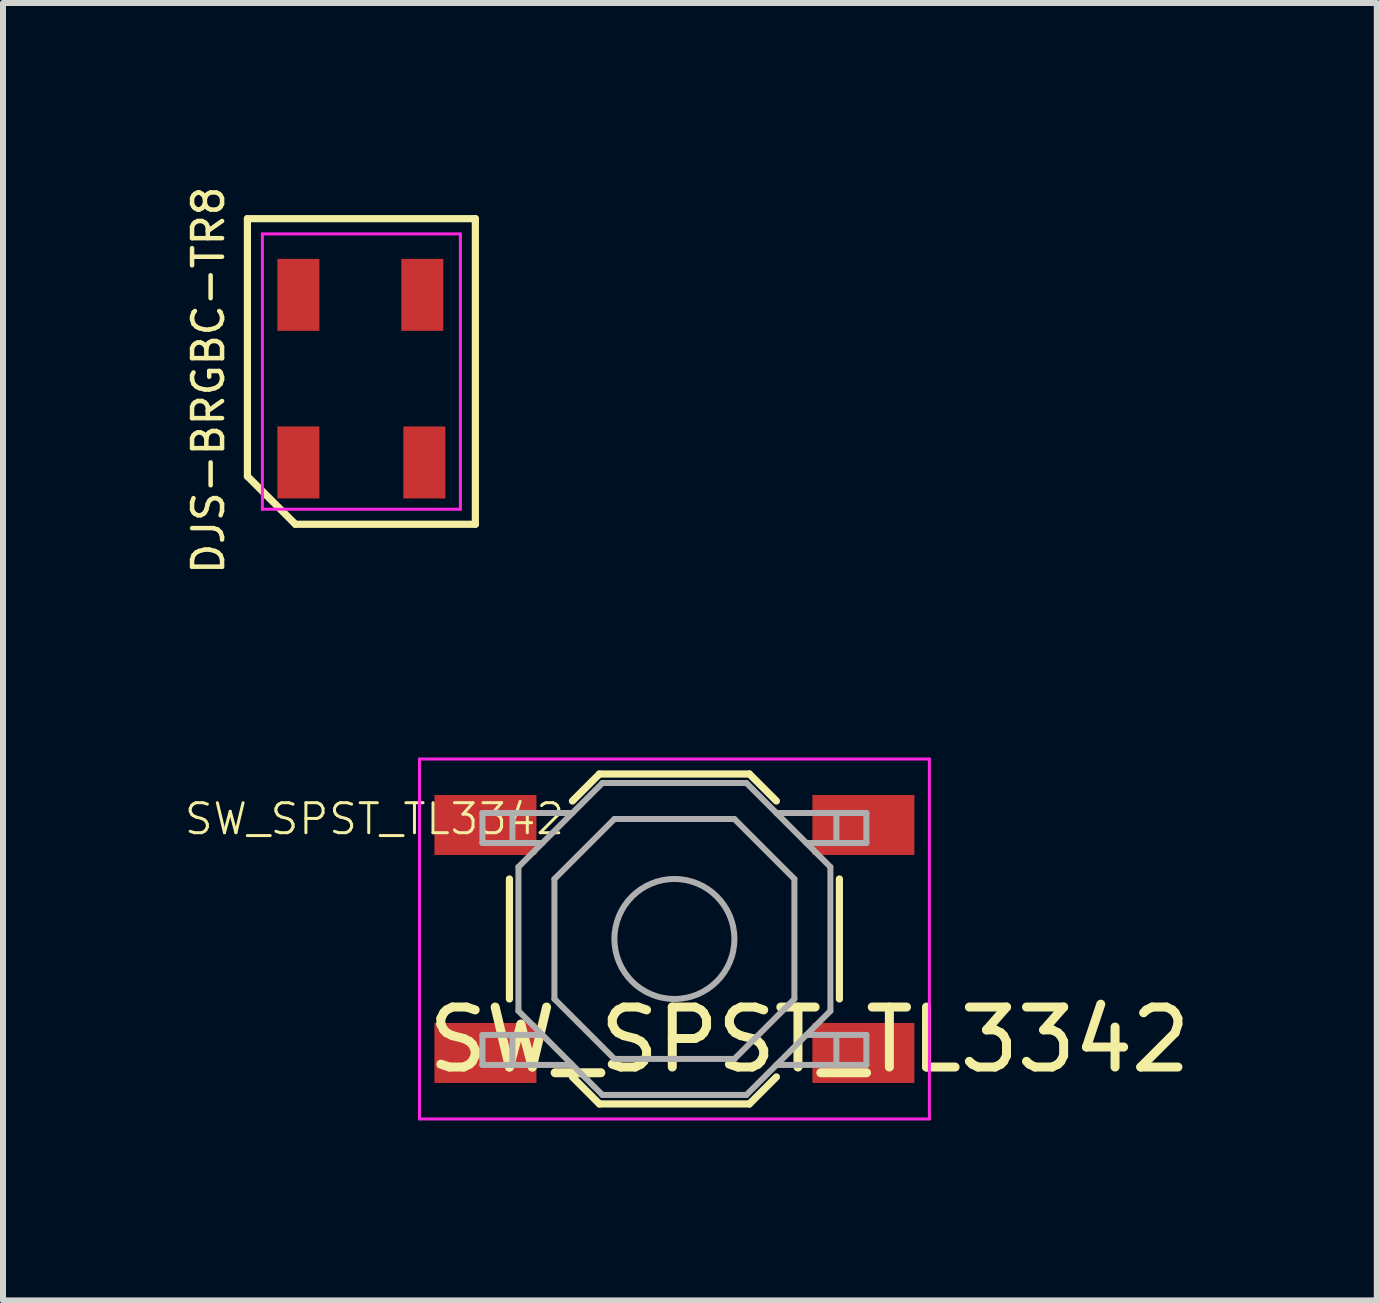
<source format=kicad_pcb>
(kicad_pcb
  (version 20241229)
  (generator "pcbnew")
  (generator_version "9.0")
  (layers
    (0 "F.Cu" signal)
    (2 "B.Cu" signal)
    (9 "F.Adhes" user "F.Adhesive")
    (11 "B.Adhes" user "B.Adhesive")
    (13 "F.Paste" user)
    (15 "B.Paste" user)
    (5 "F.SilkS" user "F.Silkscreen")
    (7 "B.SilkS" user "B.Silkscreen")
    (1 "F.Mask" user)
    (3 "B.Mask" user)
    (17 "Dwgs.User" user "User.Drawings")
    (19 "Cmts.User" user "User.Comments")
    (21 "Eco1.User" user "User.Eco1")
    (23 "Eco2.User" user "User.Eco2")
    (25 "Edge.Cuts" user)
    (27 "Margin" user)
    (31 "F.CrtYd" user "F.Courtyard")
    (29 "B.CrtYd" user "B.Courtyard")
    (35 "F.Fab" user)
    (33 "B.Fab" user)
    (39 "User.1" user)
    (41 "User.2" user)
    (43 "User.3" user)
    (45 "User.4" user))
  (footprint "DJS-BRGBC-TR8"
    (layer "F.Cu")
    (at 2.974 3.389)
    (property "Reference" "DJS-BRGBC-TR8" (at -2.55 -0.1 270) (layer "F.SilkS") (effects (font (size 0.5 0.5) (thickness 0.075))))
    (attr smd)
    (fp_line (start -1.9 -2.794) (end 1.9 -2.794) (stroke (width 0.12) (type solid)) (layer "F.SilkS"))
    (fp_line (start -1.9 1.5) (end -1.9 -2.794) (stroke (width 0.12) (type solid)) (layer "F.SilkS"))
    (fp_line (start -1.1 2.3) (end -1.9 1.5) (stroke (width 0.12) (type solid)) (layer "F.SilkS"))
    (fp_line (start 1.9 -2.794) (end 1.9 2.3) (stroke (width 0.12) (type solid)) (layer "F.SilkS"))
    (fp_line (start 1.9 2.3) (end -1.1 2.3) (stroke (width 0.12) (type solid)) (layer "F.SilkS"))
    (fp_line (start -1.65 -2.54) (end 1.65 -2.54) (stroke (width 0.05) (type solid)) (layer "F.CrtYd"))
    (fp_line (start -1.65 2.05) (end -1.65 -2.54) (stroke (width 0.05) (type solid)) (layer "F.CrtYd"))
    (fp_line (start 1.65 -2.54) (end 1.65 2.05) (stroke (width 0.05) (type solid)) (layer "F.CrtYd"))
    (fp_line (start 1.65 2.05) (end -1.65 2.05) (stroke (width 0.05) (type solid)) (layer "F.CrtYd"))
    (pad "1" smd rect (at -1.05 1.27) (size 0.7 1.2) (layers "F.Cu" "F.Mask" "F.Paste"))
    (pad "2" smd rect (at -1.05 -1.524) (size 0.7 1.2) (layers "F.Cu" "F.Mask" "F.Paste"))
    (pad "3" smd rect (at 1.016 -1.524) (size 0.7 1.2) (layers "F.Cu" "F.Mask" "F.Paste"))
    (pad "4" smd rect (at 1.05 1.27) (size 0.7 1.2) (layers "F.Cu" "F.Mask" "F.Paste")))
  (footprint "SW_SPST_TL3342"
    (layer "F.Cu")
    (at 8.192 12.602)
    (property "Reference" "SW_SPST_TL3342" (at 2.25 1.68 0) (layer "F.SilkS") (effects (font (size 1 1) (thickness 0.15))))
    (attr smd)
    (fp_line (start -2.75 -1) (end -2.75 1) (stroke (width 0.12) (type solid)) (layer "F.SilkS"))
    (fp_line (start -1.7 -2.3) (end -1.25 -2.75) (stroke (width 0.12) (type solid)) (layer "F.SilkS"))
    (fp_line (start -1.7 2.3) (end -1.25 2.75) (stroke (width 0.12) (type solid)) (layer "F.SilkS"))
    (fp_line (start -1.25 -2.75) (end 1.25 -2.75) (stroke (width 0.12) (type solid)) (layer "F.SilkS"))
    (fp_line (start -1.25 2.75) (end 1.25 2.75) (stroke (width 0.12) (type solid)) (layer "F.SilkS"))
    (fp_line (start 1.7 -2.3) (end 1.25 -2.75) (stroke (width 0.12) (type solid)) (layer "F.SilkS"))
    (fp_line (start 1.7 2.3) (end 1.25 2.75) (stroke (width 0.12) (type solid)) (layer "F.SilkS"))
    (fp_line (start 2.75 -1) (end 2.75 1) (stroke (width 0.12) (type solid)) (layer "F.SilkS"))
    (fp_line (start -4.25 -3) (end 4.25 -3) (stroke (width 0.05) (type solid)) (layer "F.CrtYd"))
    (fp_line (start -4.25 3) (end -4.25 -3) (stroke (width 0.05) (type solid)) (layer "F.CrtYd"))
    (fp_line (start 4.25 -3) (end 4.25 3) (stroke (width 0.05) (type solid)) (layer "F.CrtYd"))
    (fp_line (start 4.25 3) (end -4.25 3) (stroke (width 0.05) (type solid)) (layer "F.CrtYd"))
    (fp_line (start -3.2 -2.1) (end -3.2 -1.6) (stroke (width 0.1) (type solid)) (layer "F.Fab"))
    (fp_line (start -3.2 -1.6) (end -2.2 -1.6) (stroke (width 0.1) (type solid)) (layer "F.Fab"))
    (fp_line (start -3.2 1.6) (end -2.2 1.6) (stroke (width 0.1) (type solid)) (layer "F.Fab"))
    (fp_line (start -3.2 2.1) (end -3.2 1.6) (stroke (width 0.1) (type solid)) (layer "F.Fab"))
    (fp_line (start -2.7 -2.1) (end -2.7 -1.6) (stroke (width 0.1) (type solid)) (layer "F.Fab"))
    (fp_line (start -2.7 2.1) (end -2.7 1.6) (stroke (width 0.1) (type solid)) (layer "F.Fab"))
    (fp_line (start -2.6 -1.2) (end -2.6 1.2) (stroke (width 0.1) (type solid)) (layer "F.Fab"))
    (fp_line (start -2.6 1.2) (end -1.2 2.6) (stroke (width 0.1) (type solid)) (layer "F.Fab"))
    (fp_line (start -2 -1) (end -1 -2) (stroke (width 0.1) (type solid)) (layer "F.Fab"))
    (fp_line (start -2 1) (end -2 -1) (stroke (width 0.1) (type solid)) (layer "F.Fab"))
    (fp_line (start -1.7 -2.1) (end -3.2 -2.1) (stroke (width 0.1) (type solid)) (layer "F.Fab"))
    (fp_line (start -1.7 2.1) (end -3.2 2.1) (stroke (width 0.1) (type solid)) (layer "F.Fab"))
    (fp_line (start -1.2 -2.6) (end -2.6 -1.2) (stroke (width 0.1) (type solid)) (layer "F.Fab"))
    (fp_line (start -1.2 2.6) (end 1.2 2.6) (stroke (width 0.1) (type solid)) (layer "F.Fab"))
    (fp_line (start -1 -2) (end 1 -2) (stroke (width 0.1) (type solid)) (layer "F.Fab"))
    (fp_line (start -1 2) (end -2 1) (stroke (width 0.1) (type solid)) (layer "F.Fab"))
    (fp_line (start 1 -2) (end 2 -1) (stroke (width 0.1) (type solid)) (layer "F.Fab"))
    (fp_line (start 1 2) (end -1 2) (stroke (width 0.1) (type solid)) (layer "F.Fab"))
    (fp_line (start 1.2 -2.6) (end -1.2 -2.6) (stroke (width 0.1) (type solid)) (layer "F.Fab"))
    (fp_line (start 1.2 2.6) (end 2.6 1.2) (stroke (width 0.1) (type solid)) (layer "F.Fab"))
    (fp_line (start 1.7 -2.1) (end 3.2 -2.1) (stroke (width 0.1) (type solid)) (layer "F.Fab"))
    (fp_line (start 1.7 2.1) (end 3.2 2.1) (stroke (width 0.1) (type solid)) (layer "F.Fab"))
    (fp_line (start 2 -1) (end 2 1) (stroke (width 0.1) (type solid)) (layer "F.Fab"))
    (fp_line (start 2 1) (end 1 2) (stroke (width 0.1) (type solid)) (layer "F.Fab"))
    (fp_line (start 2.6 -1.2) (end 1.2 -2.6) (stroke (width 0.1) (type solid)) (layer "F.Fab"))
    (fp_line (start 2.6 1.2) (end 2.6 -1.2) (stroke (width 0.1) (type solid)) (layer "F.Fab"))
    (fp_line (start 2.7 -2.1) (end 2.7 -1.6) (stroke (width 0.1) (type solid)) (layer "F.Fab"))
    (fp_line (start 2.7 2.1) (end 2.7 1.6) (stroke (width 0.1) (type solid)) (layer "F.Fab"))
    (fp_line (start 3.2 -2.1) (end 3.2 -1.6) (stroke (width 0.1) (type solid)) (layer "F.Fab"))
    (fp_line (start 3.2 -1.6) (end 2.2 -1.6) (stroke (width 0.1) (type solid)) (layer "F.Fab"))
    (fp_line (start 3.2 1.6) (end 2.2 1.6) (stroke (width 0.1) (type solid)) (layer "F.Fab"))
    (fp_line (start 3.2 2.1) (end 3.2 1.6) (stroke (width 0.1) (type solid)) (layer "F.Fab"))
    (fp_circle (center 0 0) (end 1 0) (stroke (width 0.1) (type solid)) (fill no) (layer "F.Fab"))
    (fp_text user "${REFERENCE}" (at -5 -2 180) (layer "F.SilkS") (effects (font (size 0.5 0.5) (thickness 0.05))))
    (pad "1" smd rect (at -3.15 -1.9) (size 1.7 1) (layers "F.Cu" "F.Mask" "F.Paste"))
    (pad "1" smd rect (at 3.15 -1.9) (size 1.7 1) (layers "F.Cu" "F.Mask" "F.Paste"))
    (pad "2" smd rect (at -3.15 1.9) (size 1.7 1) (layers "F.Cu" "F.Mask" "F.Paste"))
    (pad "2" smd rect (at 3.15 1.9) (size 1.7 1) (layers "F.Cu" "F.Mask" "F.Paste")))
  (gr_rect
    (start -3 -3)
    (end 19.9 18.627)
    (stroke (width 0.1) (type default))
    (fill no)
    (layer "Edge.Cuts")))
</source>
